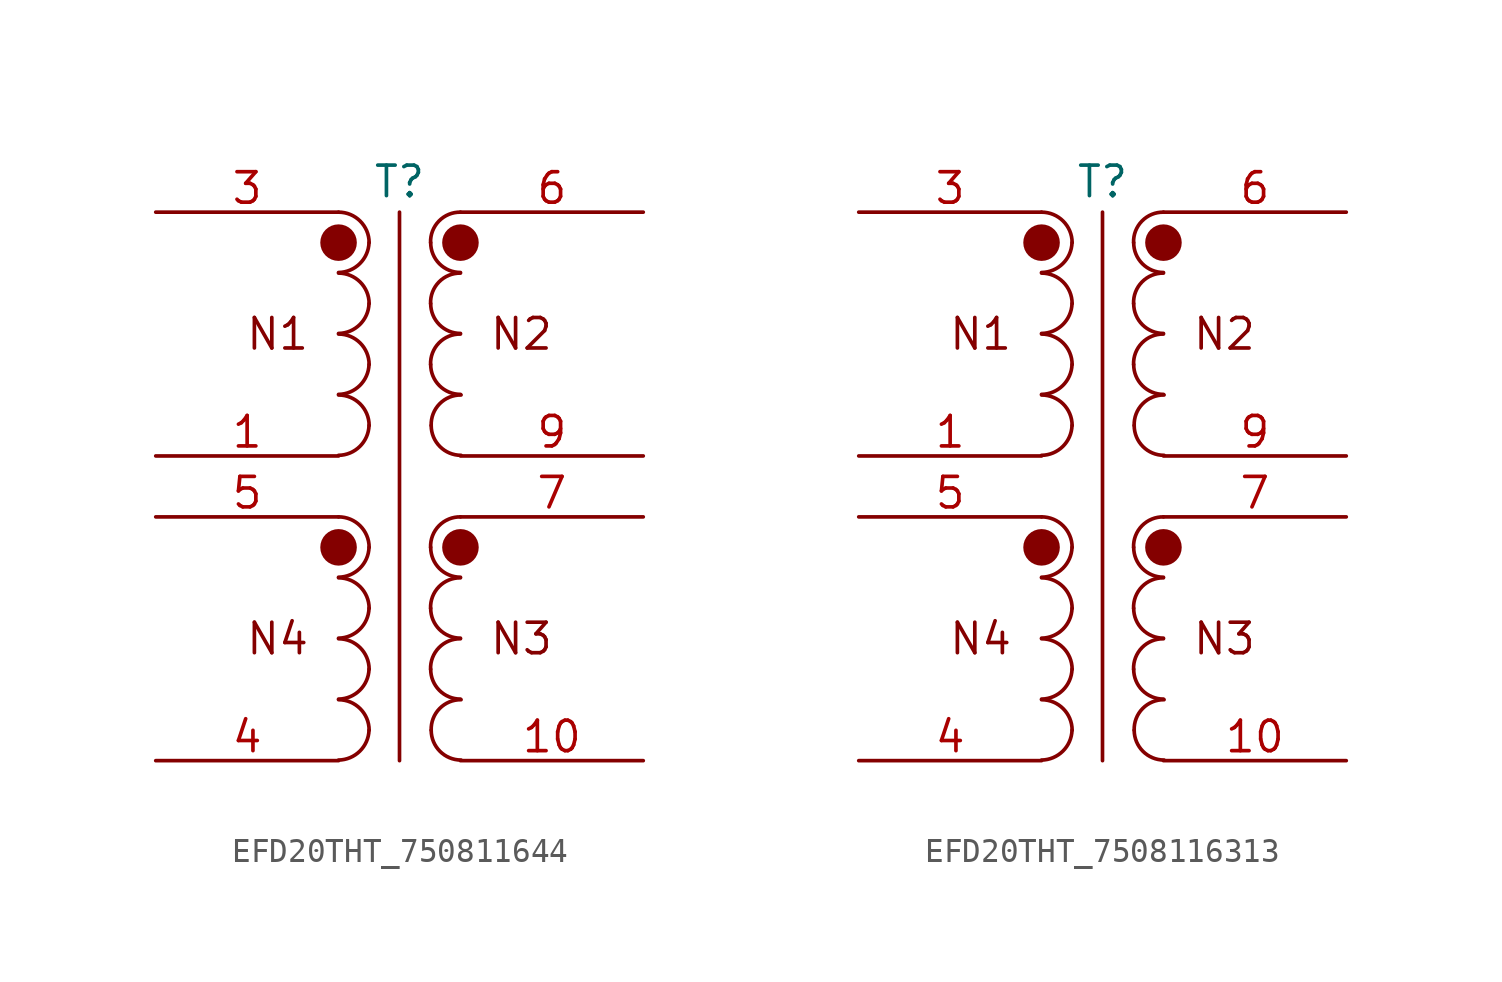
<source format=kicad_sym>
(kicad_symbol_lib
  (version 20220914)
  (generator kicad_symbol_editor)
  (symbol "EFD20THT_750811644"
    (pin_names hide)
    (property "Reference" "T"
      (at 0 12.7 0)
      (effects (font (size 1.27 1.27))))
    (symbol "EFD20THT_750811644_0_1"
      (arc (start -2.54 -11.4046) (mid -1.6561 -11.0363) (end -1.27 -10.16) (stroke (width 0) (type default)) (fill (type none)))
      (arc (start -2.54 -8.8646) (mid -1.6561 -8.4963) (end -1.27 -7.62) (stroke (width 0) (type default)) (fill (type none)))
      (arc (start -2.54 -6.3246) (mid -1.6561 -5.9563) (end -1.27 -5.08) (stroke (width 0) (type default)) (fill (type none)))
      (arc (start -2.54 -3.7846) (mid -1.6561 -3.4163) (end -1.27 -2.54) (stroke (width 0) (type default)) (fill (type none)))
      (arc (start -2.54 1.2954) (mid -1.6561 1.6637) (end -1.27 2.54) (stroke (width 0) (type default)) (fill (type none)))
      (arc (start -2.54 3.8354) (mid -1.6561 4.2037) (end -1.27 5.08) (stroke (width 0) (type default)) (fill (type none)))
      (arc (start -2.54 6.3754) (mid -1.6561 6.7437) (end -1.27 7.62) (stroke (width 0) (type default)) (fill (type none)))
      (arc (start -2.54 8.9154) (mid -1.6561 9.2837) (end -1.27 10.16) (stroke (width 0) (type default)) (fill (type none)))
      (arc (start -1.27 -10.16) (mid -1.642 -9.262) (end -2.54 -8.89) (stroke (width 0) (type default)) (fill (type none)))
      (arc (start -1.27 -7.62) (mid -1.642 -6.722) (end -2.54 -6.35) (stroke (width 0) (type default)) (fill (type none)))
      (arc (start -1.27 -5.08) (mid -1.642 -4.182) (end -2.54 -3.81) (stroke (width 0) (type default)) (fill (type none)))
      (arc (start -1.27 -2.54) (mid -1.642 -1.642) (end -2.54 -1.27) (stroke (width 0) (type default)) (fill (type none)))
      (arc (start -1.27 2.54) (mid -1.642 3.438) (end -2.54 3.81) (stroke (width 0) (type default)) (fill (type none)))
      (arc (start -1.27 5.08) (mid -1.642 5.978) (end -2.54 6.35) (stroke (width 0) (type default)) (fill (type none)))
      (arc (start -1.27 7.62) (mid -1.642 8.518) (end -2.54 8.89) (stroke (width 0) (type default)) (fill (type none)))
      (arc (start -1.27 10.16) (mid -1.642 11.058) (end -2.54 11.43) (stroke (width 0) (type default)) (fill (type none)))
      (polyline (pts (xy 0 11.43) (xy 0 -11.43)) (stroke (width 0) (type default)) (fill (type none)))
      (arc (start 1.2954 -7.62) (mid 1.6599 -8.5001) (end 2.54 -8.8646) (stroke (width 0) (type default)) (fill (type none)))
      (arc (start 1.2954 -5.08) (mid 1.6599 -5.9601) (end 2.54 -6.3246) (stroke (width 0) (type default)) (fill (type none)))
      (arc (start 1.2954 -2.54) (mid 1.6599 -3.4201) (end 2.54 -3.7846) (stroke (width 0) (type default)) (fill (type none)))
      (arc (start 1.2954 5.08) (mid 1.6599 4.1999) (end 2.54 3.8354) (stroke (width 0) (type default)) (fill (type none)))
      (arc (start 1.2954 7.62) (mid 1.6599 6.7399) (end 2.54 6.3754) (stroke (width 0) (type default)) (fill (type none)))
      (arc (start 1.2954 10.16) (mid 1.6599 9.2799) (end 2.54 8.9154) (stroke (width 0) (type default)) (fill (type none)))
      (arc (start 1.3208 -10.16) (mid 1.6854 -11.0399) (end 2.5654 -11.4046) (stroke (width 0) (type default)) (fill (type none)))
      (arc (start 1.3208 2.54) (mid 1.6855 1.6601) (end 2.5654 1.2954) (stroke (width 0) (type default)) (fill (type none)))
      (arc (start 2.54 -6.35) (mid 1.6458 -6.7185) (end 1.2954 -7.62) (stroke (width 0) (type default)) (fill (type none)))
      (arc (start 2.54 -3.81) (mid 1.6458 -4.1785) (end 1.2954 -5.08) (stroke (width 0) (type default)) (fill (type none)))
      (arc (start 2.54 -1.27) (mid 1.6458 -1.6385) (end 1.2954 -2.54) (stroke (width 0) (type default)) (fill (type none)))
      (arc (start 2.54 6.35) (mid 1.6458 5.9815) (end 1.2954 5.08) (stroke (width 0) (type default)) (fill (type none)))
      (arc (start 2.54 8.89) (mid 1.6458 8.5215) (end 1.2954 7.62) (stroke (width 0) (type default)) (fill (type none)))
      (arc (start 2.54 11.43) (mid 1.6458 11.0615) (end 1.2954 10.16) (stroke (width 0) (type default)) (fill (type none)))
      (arc (start 2.5654 -8.89) (mid 1.6709 -9.2583) (end 1.3208 -10.16) (stroke (width 0) (type default)) (fill (type none)))
      (arc (start 2.5654 3.81) (mid 1.6709 3.4417) (end 1.3208 2.54) (stroke (width 0) (type default)) (fill (type none))))
    (symbol "EFD20THT_750811644_1_1"
      (circle (center -2.54 -2.54) (radius 0.0001) (stroke (width 0.762) (type default)) (fill (type none)))
      (circle (center -2.54 10.16) (radius 0.0001) (stroke (width 0.762) (type default)) (fill (type none)))
      (circle (center 2.54 -2.54) (radius 0.0001) (stroke (width 0.762) (type default)) (fill (type none)))
      (circle (center 2.54 10.16) (radius 0.0001) (stroke (width 0.762) (type default)) (fill (type none)))
      (text "N1" (at -5.08 6.35 0) (effects (font (size 1.27 1.27))))
      (text "N2" (at 5.08 6.35 0) (effects (font (size 1.27 1.27))))
      (text "N3" (at 5.08 -6.35 0) (effects (font (size 1.27 1.27))))
      (text "N4" (at -5.08 -6.35 0) (effects (font (size 1.27 1.27))))
      (pin passive line (at -10.16 1.27 0) (length 7.62) (name "1" (effects (font (size 1.27 1.27)))) (number "1" (effects (font (size 1.27 1.27)))))
      (pin passive line (at 10.16 -11.43 180) (length 7.62) (name "10" (effects (font (size 1.27 1.27)))) (number "10" (effects (font (size 1.27 1.27)))))
      (pin passive line (at -10.16 11.43 0) (length 7.62) (name "3" (effects (font (size 1.27 1.27)))) (number "3" (effects (font (size 1.27 1.27)))))
      (pin passive line (at -10.16 -11.43 0) (length 7.62) (name "4" (effects (font (size 1.27 1.27)))) (number "4" (effects (font (size 1.27 1.27)))))
      (pin passive line (at -10.16 -1.27 0) (length 7.62) (name "5" (effects (font (size 1.27 1.27)))) (number "5" (effects (font (size 1.27 1.27)))))
      (pin passive line (at 10.16 11.43 180) (length 7.62) (name "6" (effects (font (size 1.27 1.27)))) (number "6" (effects (font (size 1.27 1.27)))))
      (pin passive line (at 10.16 -1.27 180) (length 7.62) (name "7" (effects (font (size 1.27 1.27)))) (number "7" (effects (font (size 1.27 1.27)))))
      (pin passive line (at 10.16 1.27 180) (length 7.62) (name "9" (effects (font (size 1.27 1.27)))) (number "9" (effects (font (size 1.27 1.27)))))))
  (symbol "EFD20THT_7508116313"
    (pin_names hide)
    (property "Reference" "T"
      (at 0 12.7 0)
      (effects (font (size 1.27 1.27))))
    (symbol "EFD20THT_7508116313_0_1"
      (arc (start -2.54 -11.4046) (mid -1.6561 -11.0363) (end -1.27 -10.16) (stroke (width 0) (type default)) (fill (type none)))
      (arc (start -2.54 -8.8646) (mid -1.6561 -8.4963) (end -1.27 -7.62) (stroke (width 0) (type default)) (fill (type none)))
      (arc (start -2.54 -6.3246) (mid -1.6561 -5.9563) (end -1.27 -5.08) (stroke (width 0) (type default)) (fill (type none)))
      (arc (start -2.54 -3.7846) (mid -1.6561 -3.4163) (end -1.27 -2.54) (stroke (width 0) (type default)) (fill (type none)))
      (arc (start -2.54 1.2954) (mid -1.6561 1.6637) (end -1.27 2.54) (stroke (width 0) (type default)) (fill (type none)))
      (arc (start -2.54 3.8354) (mid -1.6561 4.2037) (end -1.27 5.08) (stroke (width 0) (type default)) (fill (type none)))
      (arc (start -2.54 6.3754) (mid -1.6561 6.7437) (end -1.27 7.62) (stroke (width 0) (type default)) (fill (type none)))
      (arc (start -2.54 8.9154) (mid -1.6561 9.2837) (end -1.27 10.16) (stroke (width 0) (type default)) (fill (type none)))
      (arc (start -1.27 -10.16) (mid -1.642 -9.262) (end -2.54 -8.89) (stroke (width 0) (type default)) (fill (type none)))
      (arc (start -1.27 -7.62) (mid -1.642 -6.722) (end -2.54 -6.35) (stroke (width 0) (type default)) (fill (type none)))
      (arc (start -1.27 -5.08) (mid -1.642 -4.182) (end -2.54 -3.81) (stroke (width 0) (type default)) (fill (type none)))
      (arc (start -1.27 -2.54) (mid -1.642 -1.642) (end -2.54 -1.27) (stroke (width 0) (type default)) (fill (type none)))
      (arc (start -1.27 2.54) (mid -1.642 3.438) (end -2.54 3.81) (stroke (width 0) (type default)) (fill (type none)))
      (arc (start -1.27 5.08) (mid -1.642 5.978) (end -2.54 6.35) (stroke (width 0) (type default)) (fill (type none)))
      (arc (start -1.27 7.62) (mid -1.642 8.518) (end -2.54 8.89) (stroke (width 0) (type default)) (fill (type none)))
      (arc (start -1.27 10.16) (mid -1.642 11.058) (end -2.54 11.43) (stroke (width 0) (type default)) (fill (type none)))
      (polyline (pts (xy 0 11.43) (xy 0 -11.43)) (stroke (width 0) (type default)) (fill (type none)))
      (arc (start 1.2954 -7.62) (mid 1.6599 -8.5001) (end 2.54 -8.8646) (stroke (width 0) (type default)) (fill (type none)))
      (arc (start 1.2954 -5.08) (mid 1.6599 -5.9601) (end 2.54 -6.3246) (stroke (width 0) (type default)) (fill (type none)))
      (arc (start 1.2954 -2.54) (mid 1.6599 -3.4201) (end 2.54 -3.7846) (stroke (width 0) (type default)) (fill (type none)))
      (arc (start 1.2954 5.08) (mid 1.6599 4.1999) (end 2.54 3.8354) (stroke (width 0) (type default)) (fill (type none)))
      (arc (start 1.2954 7.62) (mid 1.6599 6.7399) (end 2.54 6.3754) (stroke (width 0) (type default)) (fill (type none)))
      (arc (start 1.2954 10.16) (mid 1.6599 9.2799) (end 2.54 8.9154) (stroke (width 0) (type default)) (fill (type none)))
      (arc (start 1.3208 -10.16) (mid 1.6854 -11.0399) (end 2.5654 -11.4046) (stroke (width 0) (type default)) (fill (type none)))
      (arc (start 1.3208 2.54) (mid 1.6855 1.6601) (end 2.5654 1.2954) (stroke (width 0) (type default)) (fill (type none)))
      (arc (start 2.54 -6.35) (mid 1.6458 -6.7185) (end 1.2954 -7.62) (stroke (width 0) (type default)) (fill (type none)))
      (arc (start 2.54 -3.81) (mid 1.6458 -4.1785) (end 1.2954 -5.08) (stroke (width 0) (type default)) (fill (type none)))
      (arc (start 2.54 -1.27) (mid 1.6458 -1.6385) (end 1.2954 -2.54) (stroke (width 0) (type default)) (fill (type none)))
      (arc (start 2.54 6.35) (mid 1.6458 5.9815) (end 1.2954 5.08) (stroke (width 0) (type default)) (fill (type none)))
      (arc (start 2.54 8.89) (mid 1.6458 8.5215) (end 1.2954 7.62) (stroke (width 0) (type default)) (fill (type none)))
      (arc (start 2.54 11.43) (mid 1.6458 11.0615) (end 1.2954 10.16) (stroke (width 0) (type default)) (fill (type none)))
      (arc (start 2.5654 -8.89) (mid 1.6709 -9.2583) (end 1.3208 -10.16) (stroke (width 0) (type default)) (fill (type none)))
      (arc (start 2.5654 3.81) (mid 1.6709 3.4417) (end 1.3208 2.54) (stroke (width 0) (type default)) (fill (type none))))
    (symbol "EFD20THT_7508116313_1_1"
      (circle (center -2.54 -2.54) (radius 0.0001) (stroke (width 0.762) (type default)) (fill (type none)))
      (circle (center -2.54 10.16) (radius 0.0001) (stroke (width 0.762) (type default)) (fill (type none)))
      (circle (center 2.54 -2.54) (radius 0.0001) (stroke (width 0.762) (type default)) (fill (type none)))
      (circle (center 2.54 10.16) (radius 0.0001) (stroke (width 0.762) (type default)) (fill (type none)))
      (text "N1" (at -5.08 6.35 0) (effects (font (size 1.27 1.27))))
      (text "N2" (at 5.08 6.35 0) (effects (font (size 1.27 1.27))))
      (text "N3" (at 5.08 -6.35 0) (effects (font (size 1.27 1.27))))
      (text "N4" (at -5.08 -6.35 0) (effects (font (size 1.27 1.27))))
      (pin passive line (at -10.16 1.27 0) (length 7.62) (name "1" (effects (font (size 1.27 1.27)))) (number "1" (effects (font (size 1.27 1.27)))))
      (pin passive line (at 10.16 -11.43 180) (length 7.62) (name "10" (effects (font (size 1.27 1.27)))) (number "10" (effects (font (size 1.27 1.27)))))
      (pin passive line (at -10.16 11.43 0) (length 7.62) (name "3" (effects (font (size 1.27 1.27)))) (number "3" (effects (font (size 1.27 1.27)))))
      (pin passive line (at -10.16 -11.43 0) (length 7.62) (name "4" (effects (font (size 1.27 1.27)))) (number "4" (effects (font (size 1.27 1.27)))))
      (pin passive line (at -10.16 -1.27 0) (length 7.62) (name "5" (effects (font (size 1.27 1.27)))) (number "5" (effects (font (size 1.27 1.27)))))
      (pin passive line (at 10.16 11.43 180) (length 7.62) (name "6" (effects (font (size 1.27 1.27)))) (number "6" (effects (font (size 1.27 1.27)))))
      (pin passive line (at 10.16 -1.27 180) (length 7.62) (name "7" (effects (font (size 1.27 1.27)))) (number "7" (effects (font (size 1.27 1.27)))))
      (pin passive line (at 10.16 1.27 180) (length 7.62) (name "9" (effects (font (size 1.27 1.27)))) (number "9" (effects (font (size 1.27 1.27))))))))
</source>
